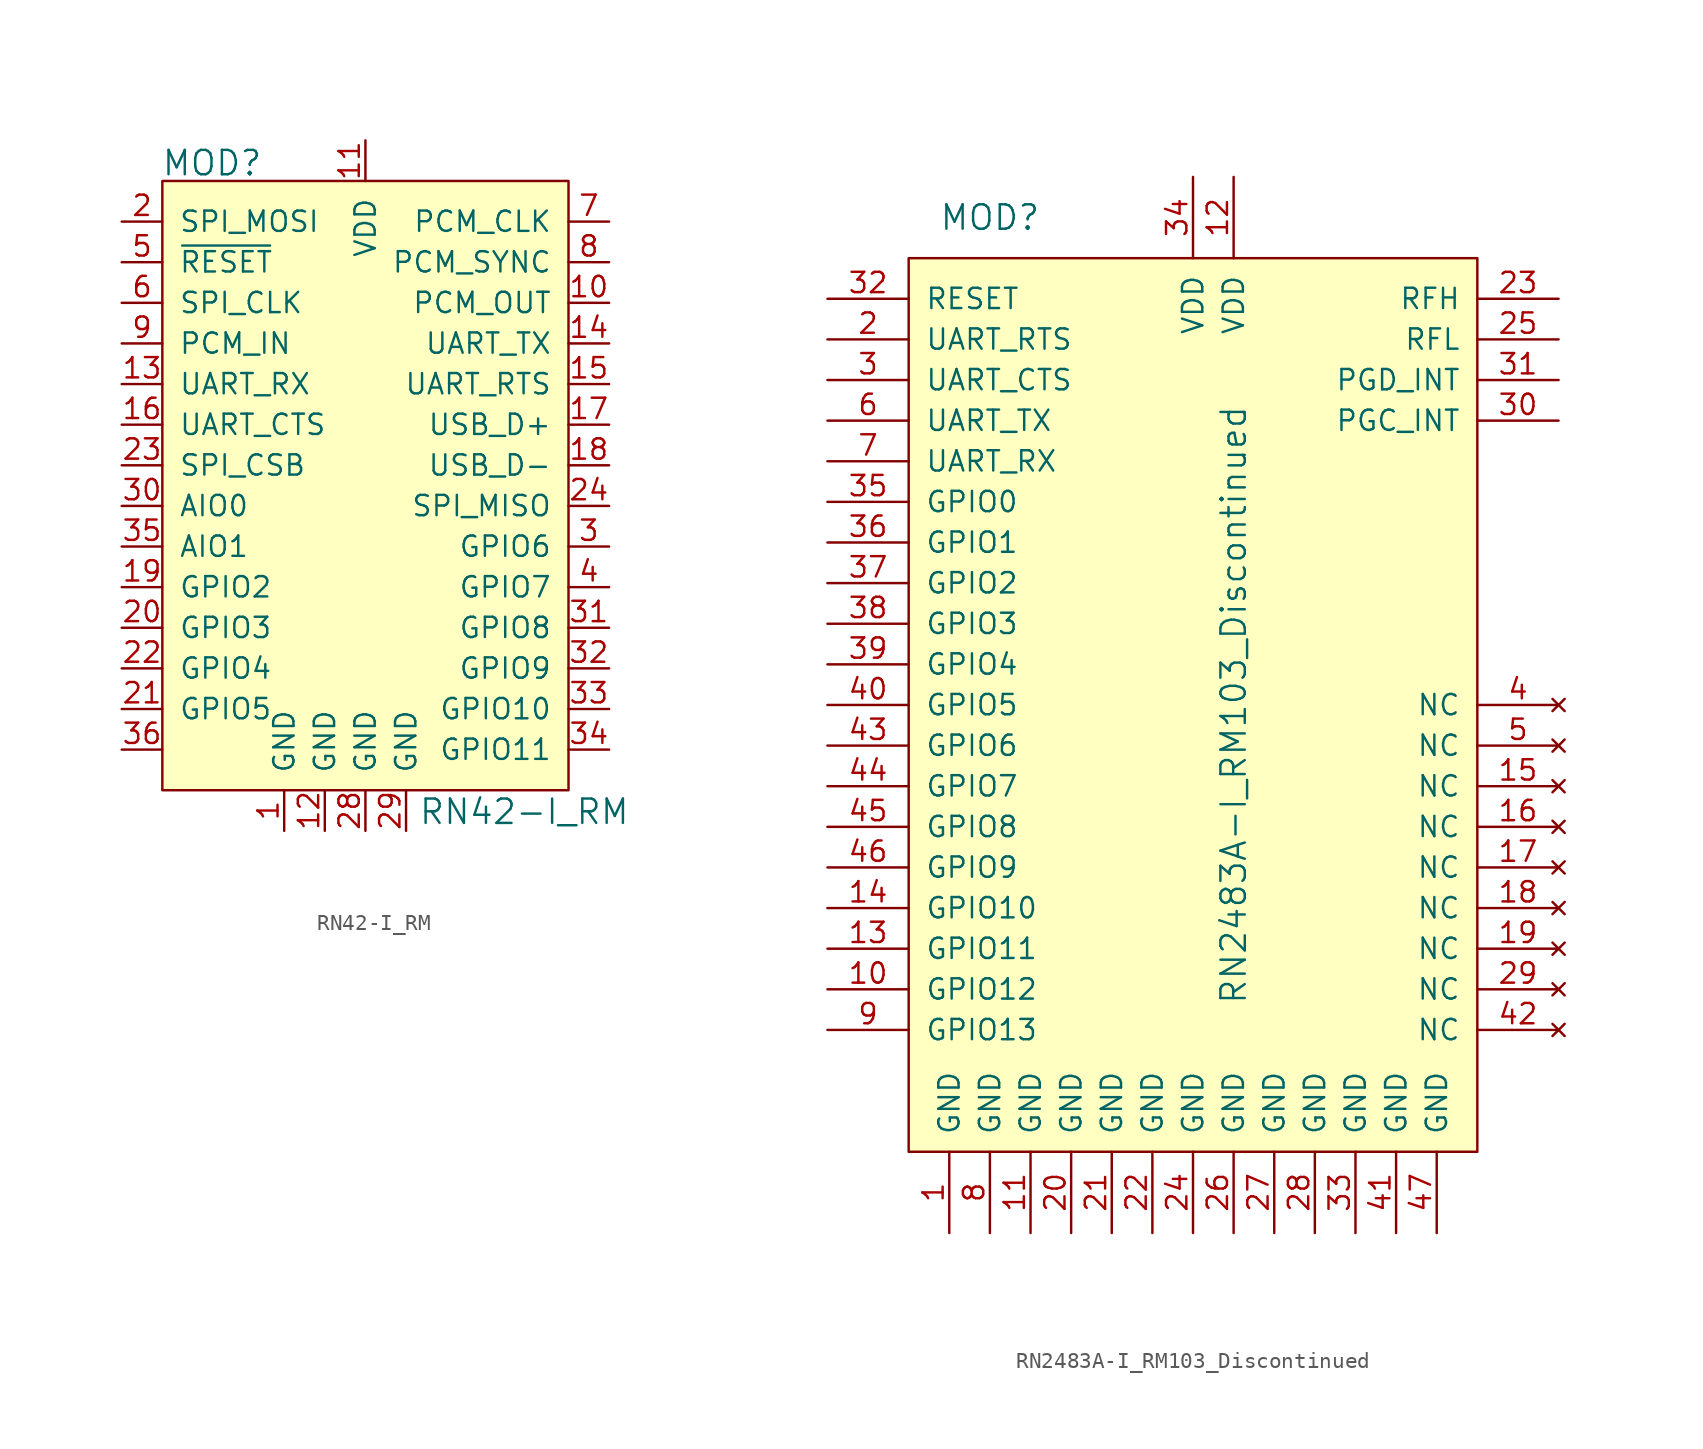
<source format=kicad_sym>
(kicad_symbol_lib
  (version 20231120)
  (generator "kicad_symbol_editor")
  (generator_version "8.0")
  (symbol "RN42-I_RM"
    (pin_names
      (offset 1.016))
    (property "Reference" "MOD"
      (at -12.776 29.058 0)
      (effects (font (size 1.524 1.524)) (justify left)))
    (property "Value" "RN42-I_RM"
      (at 3.302 -11.506 0)
      (effects (font (size 1.524 1.524)) (justify left)))
    (symbol "RN42-I_RM_0_1"
      (rectangle (start -12.7 27.94) (end 12.7 -10.16) (stroke (width 0) (type default)) (fill (type background))))
    (symbol "RN42-I_RM_1_0"
      (pin unspecified line (at -15.24 -7.62 0) (length 2.54) (name "~" (effects (font (size 1.27 1.27)))) (number "36" (effects (font (size 1.27 1.27))))))
    (symbol "RN42-I_RM_1_1"
      (pin power_in line (at -5.08 -12.7 90) (length 2.54) (name "GND" (effects (font (size 1.27 1.27)))) (number "1" (effects (font (size 1.27 1.27)))))
      (pin output line (at 15.24 20.32 180) (length 2.54) (name "PCM_OUT" (effects (font (size 1.27 1.27)))) (number "10" (effects (font (size 1.27 1.27)))))
      (pin power_in line (at 0 30.48 270) (length 2.54) (name "VDD" (effects (font (size 1.27 1.27)))) (number "11" (effects (font (size 1.27 1.27)))))
      (pin power_in line (at -2.54 -12.7 90) (length 2.54) (name "GND" (effects (font (size 1.27 1.27)))) (number "12" (effects (font (size 1.27 1.27)))))
      (pin input line (at -15.24 15.24 0) (length 2.54) (name "UART_RX" (effects (font (size 1.27 1.27)))) (number "13" (effects (font (size 1.27 1.27)))))
      (pin output line (at 15.24 17.78 180) (length 2.54) (name "UART_TX" (effects (font (size 1.27 1.27)))) (number "14" (effects (font (size 1.27 1.27)))))
      (pin output line (at 15.24 15.24 180) (length 2.54) (name "UART_RTS" (effects (font (size 1.27 1.27)))) (number "15" (effects (font (size 1.27 1.27)))))
      (pin input line (at -15.24 12.7 0) (length 2.54) (name "UART_CTS" (effects (font (size 1.27 1.27)))) (number "16" (effects (font (size 1.27 1.27)))))
      (pin bidirectional line (at 15.24 12.7 180) (length 2.54) (name "USB_D+" (effects (font (size 1.27 1.27)))) (number "17" (effects (font (size 1.27 1.27)))))
      (pin bidirectional line (at 15.24 10.16 180) (length 2.54) (name "USB_D-" (effects (font (size 1.27 1.27)))) (number "18" (effects (font (size 1.27 1.27)))))
      (pin bidirectional line (at -15.24 2.54 0) (length 2.54) (name "GPIO2" (effects (font (size 1.27 1.27)))) (number "19" (effects (font (size 1.27 1.27)))))
      (pin input line (at -15.24 25.4 0) (length 2.54) (name "SPI_MOSI" (effects (font (size 1.27 1.27)))) (number "2" (effects (font (size 1.27 1.27)))))
      (pin bidirectional line (at -15.24 0 0) (length 2.54) (name "GPIO3" (effects (font (size 1.27 1.27)))) (number "20" (effects (font (size 1.27 1.27)))))
      (pin bidirectional line (at -15.24 -5.08 0) (length 2.54) (name "GPIO5" (effects (font (size 1.27 1.27)))) (number "21" (effects (font (size 1.27 1.27)))))
      (pin bidirectional line (at -15.24 -2.54 0) (length 2.54) (name "GPIO4" (effects (font (size 1.27 1.27)))) (number "22" (effects (font (size 1.27 1.27)))))
      (pin bidirectional line (at -15.24 10.16 0) (length 2.54) (name "SPI_CSB" (effects (font (size 1.27 1.27)))) (number "23" (effects (font (size 1.27 1.27)))))
      (pin bidirectional line (at 15.24 7.62 180) (length 2.54) (name "SPI_MISO" (effects (font (size 1.27 1.27)))) (number "24" (effects (font (size 1.27 1.27)))))
      (pin power_in line (at 0 -12.7 90) (length 2.54) (name "GND" (effects (font (size 1.27 1.27)))) (number "28" (effects (font (size 1.27 1.27)))))
      (pin power_in line (at 2.54 -12.7 90) (length 2.54) (name "GND" (effects (font (size 1.27 1.27)))) (number "29" (effects (font (size 1.27 1.27)))))
      (pin input line (at 15.24 5.08 180) (length 2.54) (name "GPIO6" (effects (font (size 1.27 1.27)))) (number "3" (effects (font (size 1.27 1.27)))))
      (pin input line (at -15.24 7.62 0) (length 2.54) (name "AIO0" (effects (font (size 1.27 1.27)))) (number "30" (effects (font (size 1.27 1.27)))))
      (pin output line (at 15.24 0 180) (length 2.54) (name "GPIO8" (effects (font (size 1.27 1.27)))) (number "31" (effects (font (size 1.27 1.27)))))
      (pin bidirectional line (at 15.24 -2.54 180) (length 2.54) (name "GPIO9" (effects (font (size 1.27 1.27)))) (number "32" (effects (font (size 1.27 1.27)))))
      (pin bidirectional line (at 15.24 -5.08 180) (length 2.54) (name "GPIO10" (effects (font (size 1.27 1.27)))) (number "33" (effects (font (size 1.27 1.27)))))
      (pin bidirectional line (at 15.24 -7.62 180) (length 2.54) (name "GPIO11" (effects (font (size 1.27 1.27)))) (number "34" (effects (font (size 1.27 1.27)))))
      (pin input line (at -15.24 5.08 0) (length 2.54) (name "AIO1" (effects (font (size 1.27 1.27)))) (number "35" (effects (font (size 1.27 1.27)))))
      (pin bidirectional line (at 15.24 2.54 180) (length 2.54) (name "GPIO7" (effects (font (size 1.27 1.27)))) (number "4" (effects (font (size 1.27 1.27)))))
      (pin input line (at -15.24 22.86 0) (length 2.54) (name "~{RESET}" (effects (font (size 1.27 1.27)))) (number "5" (effects (font (size 1.27 1.27)))))
      (pin input line (at -15.24 20.32 0) (length 2.54) (name "SPI_CLK" (effects (font (size 1.27 1.27)))) (number "6" (effects (font (size 1.27 1.27)))))
      (pin bidirectional line (at 15.24 25.4 180) (length 2.54) (name "PCM_CLK" (effects (font (size 1.27 1.27)))) (number "7" (effects (font (size 1.27 1.27)))))
      (pin bidirectional line (at 15.24 22.86 180) (length 2.54) (name "PCM_SYNC" (effects (font (size 1.27 1.27)))) (number "8" (effects (font (size 1.27 1.27)))))
      (pin input line (at -15.24 17.78 0) (length 2.54) (name "PCM_IN" (effects (font (size 1.27 1.27)))) (number "9" (effects (font (size 1.27 1.27)))))))
  (symbol "RN2483A-I_RM103_Discontinued"
    (pin_names
      (offset 1.016))
    (property "Reference" "MOD"
      (at -12.7 27.94 0)
      (effects (font (size 1.524 1.524))))
    (property "Value" "RN2483A-I_RM103_Discontinued"
      (at 2.54 -2.54 90)
      (effects (font (size 1.524 1.524))))
    (symbol "RN2483A-I_RM103_Discontinued_0_1"
      (rectangle (start -17.78 25.4) (end 17.78 -30.48) (stroke (width 0) (type default)) (fill (type background))))
    (symbol "RN2483A-I_RM103_Discontinued_1_1"
      (pin power_in line (at -15.24 -35.56 90) (length 5.08) (name "GND" (effects (font (size 1.27 1.27)))) (number "1" (effects (font (size 1.27 1.27)))))
      (pin bidirectional line (at -22.86 -20.32 0) (length 5.08) (name "GPIO12" (effects (font (size 1.27 1.27)))) (number "10" (effects (font (size 1.27 1.27)))))
      (pin power_in line (at -10.16 -35.56 90) (length 5.08) (name "GND" (effects (font (size 1.27 1.27)))) (number "11" (effects (font (size 1.27 1.27)))))
      (pin power_in line (at 2.54 30.48 270) (length 5.08) (name "VDD" (effects (font (size 1.27 1.27)))) (number "12" (effects (font (size 1.27 1.27)))))
      (pin bidirectional line (at -22.86 -17.78 0) (length 5.08) (name "GPIO11" (effects (font (size 1.27 1.27)))) (number "13" (effects (font (size 1.27 1.27)))))
      (pin bidirectional line (at -22.86 -15.24 0) (length 5.08) (name "GPIO10" (effects (font (size 1.27 1.27)))) (number "14" (effects (font (size 1.27 1.27)))))
      (pin no_connect line (at 22.86 -7.62 180) (length 5.08) (name "NC" (effects (font (size 1.27 1.27)))) (number "15" (effects (font (size 1.27 1.27)))))
      (pin no_connect line (at 22.86 -10.16 180) (length 5.08) (name "NC" (effects (font (size 1.27 1.27)))) (number "16" (effects (font (size 1.27 1.27)))))
      (pin no_connect line (at 22.86 -12.7 180) (length 5.08) (name "NC" (effects (font (size 1.27 1.27)))) (number "17" (effects (font (size 1.27 1.27)))))
      (pin no_connect line (at 22.86 -15.24 180) (length 5.08) (name "NC" (effects (font (size 1.27 1.27)))) (number "18" (effects (font (size 1.27 1.27)))))
      (pin no_connect line (at 22.86 -17.78 180) (length 5.08) (name "NC" (effects (font (size 1.27 1.27)))) (number "19" (effects (font (size 1.27 1.27)))))
      (pin output line (at -22.86 20.32 0) (length 5.08) (name "UART_RTS" (effects (font (size 1.27 1.27)))) (number "2" (effects (font (size 1.27 1.27)))))
      (pin power_in line (at -7.62 -35.56 90) (length 5.08) (name "GND" (effects (font (size 1.27 1.27)))) (number "20" (effects (font (size 1.27 1.27)))))
      (pin power_in line (at -5.08 -35.56 90) (length 5.08) (name "GND" (effects (font (size 1.27 1.27)))) (number "21" (effects (font (size 1.27 1.27)))))
      (pin power_in line (at -2.54 -35.56 90) (length 5.08) (name "GND" (effects (font (size 1.27 1.27)))) (number "22" (effects (font (size 1.27 1.27)))))
      (pin output line (at 22.86 22.86 180) (length 5.08) (name "RFH" (effects (font (size 1.27 1.27)))) (number "23" (effects (font (size 1.27 1.27)))))
      (pin power_in line (at 0 -35.56 90) (length 5.08) (name "GND" (effects (font (size 1.27 1.27)))) (number "24" (effects (font (size 1.27 1.27)))))
      (pin output line (at 22.86 20.32 180) (length 5.08) (name "RFL" (effects (font (size 1.27 1.27)))) (number "25" (effects (font (size 1.27 1.27)))))
      (pin power_in line (at 2.54 -35.56 90) (length 5.08) (name "GND" (effects (font (size 1.27 1.27)))) (number "26" (effects (font (size 1.27 1.27)))))
      (pin power_in line (at 5.08 -35.56 90) (length 5.08) (name "GND" (effects (font (size 1.27 1.27)))) (number "27" (effects (font (size 1.27 1.27)))))
      (pin power_in line (at 7.62 -35.56 90) (length 5.08) (name "GND" (effects (font (size 1.27 1.27)))) (number "28" (effects (font (size 1.27 1.27)))))
      (pin no_connect line (at 22.86 -20.32 180) (length 5.08) (name "NC" (effects (font (size 1.27 1.27)))) (number "29" (effects (font (size 1.27 1.27)))))
      (pin input line (at -22.86 17.78 0) (length 5.08) (name "UART_CTS" (effects (font (size 1.27 1.27)))) (number "3" (effects (font (size 1.27 1.27)))))
      (pin bidirectional line (at 22.86 15.24 180) (length 5.08) (name "PGC_INT" (effects (font (size 1.27 1.27)))) (number "30" (effects (font (size 1.27 1.27)))))
      (pin bidirectional line (at 22.86 17.78 180) (length 5.08) (name "PGD_INT" (effects (font (size 1.27 1.27)))) (number "31" (effects (font (size 1.27 1.27)))))
      (pin input line (at -22.86 22.86 0) (length 5.08) (name "RESET" (effects (font (size 1.27 1.27)))) (number "32" (effects (font (size 1.27 1.27)))))
      (pin power_in line (at 10.16 -35.56 90) (length 5.08) (name "GND" (effects (font (size 1.27 1.27)))) (number "33" (effects (font (size 1.27 1.27)))))
      (pin power_in line (at 0 30.48 270) (length 5.08) (name "VDD" (effects (font (size 1.27 1.27)))) (number "34" (effects (font (size 1.27 1.27)))))
      (pin bidirectional line (at -22.86 10.16 0) (length 5.08) (name "GPIO0" (effects (font (size 1.27 1.27)))) (number "35" (effects (font (size 1.27 1.27)))))
      (pin bidirectional line (at -22.86 7.62 0) (length 5.08) (name "GPIO1" (effects (font (size 1.27 1.27)))) (number "36" (effects (font (size 1.27 1.27)))))
      (pin bidirectional line (at -22.86 5.08 0) (length 5.08) (name "GPIO2" (effects (font (size 1.27 1.27)))) (number "37" (effects (font (size 1.27 1.27)))))
      (pin bidirectional line (at -22.86 2.54 0) (length 5.08) (name "GPIO3" (effects (font (size 1.27 1.27)))) (number "38" (effects (font (size 1.27 1.27)))))
      (pin bidirectional line (at -22.86 0 0) (length 5.08) (name "GPIO4" (effects (font (size 1.27 1.27)))) (number "39" (effects (font (size 1.27 1.27)))))
      (pin no_connect line (at 22.86 -2.54 180) (length 5.08) (name "NC" (effects (font (size 1.27 1.27)))) (number "4" (effects (font (size 1.27 1.27)))))
      (pin bidirectional line (at -22.86 -2.54 0) (length 5.08) (name "GPIO5" (effects (font (size 1.27 1.27)))) (number "40" (effects (font (size 1.27 1.27)))))
      (pin power_in line (at 12.7 -35.56 90) (length 5.08) (name "GND" (effects (font (size 1.27 1.27)))) (number "41" (effects (font (size 1.27 1.27)))))
      (pin no_connect line (at 22.86 -22.86 180) (length 5.08) (name "NC" (effects (font (size 1.27 1.27)))) (number "42" (effects (font (size 1.27 1.27)))))
      (pin bidirectional line (at -22.86 -5.08 0) (length 5.08) (name "GPIO6" (effects (font (size 1.27 1.27)))) (number "43" (effects (font (size 1.27 1.27)))))
      (pin bidirectional line (at -22.86 -7.62 0) (length 5.08) (name "GPIO7" (effects (font (size 1.27 1.27)))) (number "44" (effects (font (size 1.27 1.27)))))
      (pin bidirectional line (at -22.86 -10.16 0) (length 5.08) (name "GPIO8" (effects (font (size 1.27 1.27)))) (number "45" (effects (font (size 1.27 1.27)))))
      (pin bidirectional line (at -22.86 -12.7 0) (length 5.08) (name "GPIO9" (effects (font (size 1.27 1.27)))) (number "46" (effects (font (size 1.27 1.27)))))
      (pin power_in line (at 15.24 -35.56 90) (length 5.08) (name "GND" (effects (font (size 1.27 1.27)))) (number "47" (effects (font (size 1.27 1.27)))))
      (pin no_connect line (at 22.86 -5.08 180) (length 5.08) (name "NC" (effects (font (size 1.27 1.27)))) (number "5" (effects (font (size 1.27 1.27)))))
      (pin output line (at -22.86 15.24 0) (length 5.08) (name "UART_TX" (effects (font (size 1.27 1.27)))) (number "6" (effects (font (size 1.27 1.27)))))
      (pin input line (at -22.86 12.7 0) (length 5.08) (name "UART_RX" (effects (font (size 1.27 1.27)))) (number "7" (effects (font (size 1.27 1.27)))))
      (pin power_in line (at -12.7 -35.56 90) (length 5.08) (name "GND" (effects (font (size 1.27 1.27)))) (number "8" (effects (font (size 1.27 1.27)))))
      (pin bidirectional line (at -22.86 -22.86 0) (length 5.08) (name "GPIO13" (effects (font (size 1.27 1.27)))) (number "9" (effects (font (size 1.27 1.27))))))))
</source>
